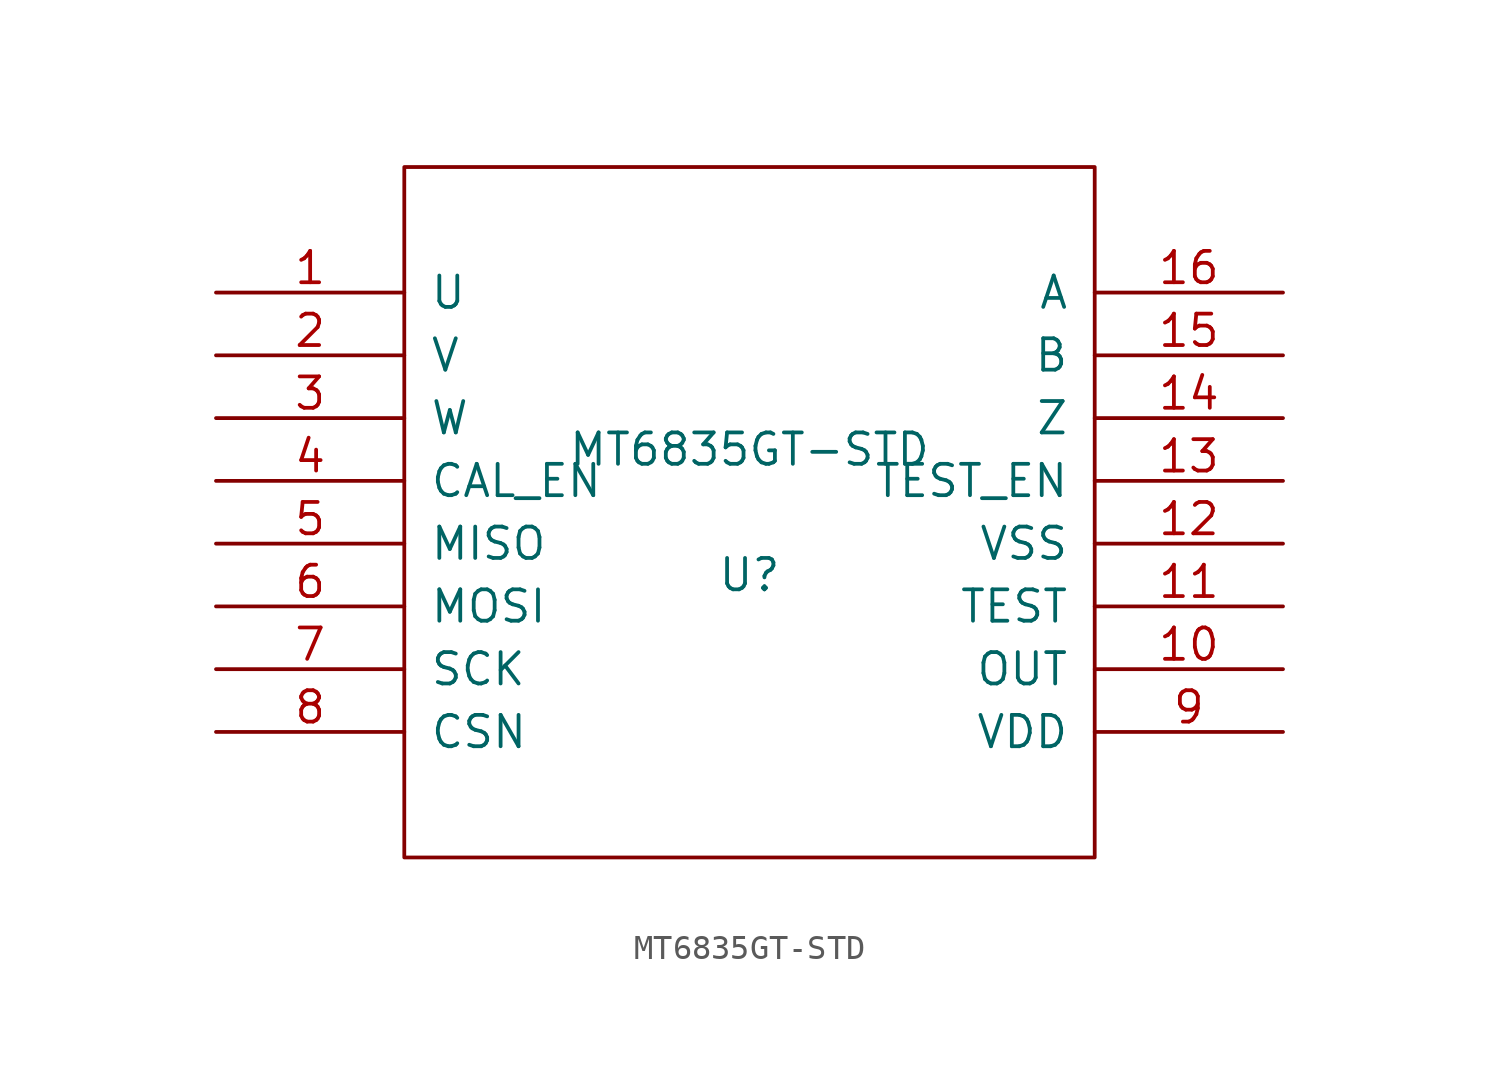
<source format=kicad_sym>
(kicad_symbol_lib
  (version 20220914)
  (generator kicad_symbol_editor)
  (symbol "MT6835GT-STD"
    (pin_names
      (offset 1.016))
    (property "Reference" "U"
      (at 0 -2.54 0)
      (effects (font (size 1.27 1.27))))
    (property "Value" "MT6835GT-STD"
      (at 0 2.54 0)
      (effects (font (size 1.27 1.27))))
    (symbol "MT6835GT-STD_1_0"
      (rectangle (start -13.97 -13.97) (end 13.97 13.97) (stroke (width 0) (type solid)) (fill (type none))))
    (symbol "MT6835GT-STD_1_1"
      (pin output line (at -21.59 8.89 0) (length 7.62) (name "U" (effects (font (size 1.27 1.27)))) (number "1" (effects (font (size 1.27 1.27)))))
      (pin output line (at 21.59 -6.35 180) (length 7.62) (name "OUT" (effects (font (size 1.27 1.27)))) (number "10" (effects (font (size 1.27 1.27)))))
      (pin output line (at 21.59 -3.81 180) (length 7.62) (name "TEST" (effects (font (size 1.27 1.27)))) (number "11" (effects (font (size 1.27 1.27)))))
      (pin power_in line (at 21.59 -1.27 180) (length 7.62) (name "VSS" (effects (font (size 1.27 1.27)))) (number "12" (effects (font (size 1.27 1.27)))))
      (pin input line (at 21.59 1.27 180) (length 7.62) (name "TEST_EN" (effects (font (size 1.27 1.27)))) (number "13" (effects (font (size 1.27 1.27)))))
      (pin output line (at 21.59 3.81 180) (length 7.62) (name "Z" (effects (font (size 1.27 1.27)))) (number "14" (effects (font (size 1.27 1.27)))))
      (pin output line (at 21.59 6.35 180) (length 7.62) (name "B" (effects (font (size 1.27 1.27)))) (number "15" (effects (font (size 1.27 1.27)))))
      (pin output line (at 21.59 8.89 180) (length 7.62) (name "A" (effects (font (size 1.27 1.27)))) (number "16" (effects (font (size 1.27 1.27)))))
      (pin output line (at -21.59 6.35 0) (length 7.62) (name "V" (effects (font (size 1.27 1.27)))) (number "2" (effects (font (size 1.27 1.27)))))
      (pin output line (at -21.59 3.81 0) (length 7.62) (name "W" (effects (font (size 1.27 1.27)))) (number "3" (effects (font (size 1.27 1.27)))))
      (pin input line (at -21.59 1.27 0) (length 7.62) (name "CAL_EN" (effects (font (size 1.27 1.27)))) (number "4" (effects (font (size 1.27 1.27)))))
      (pin output line (at -21.59 -1.27 0) (length 7.62) (name "MISO" (effects (font (size 1.27 1.27)))) (number "5" (effects (font (size 1.27 1.27)))))
      (pin input line (at -21.59 -3.81 0) (length 7.62) (name "MOSI" (effects (font (size 1.27 1.27)))) (number "6" (effects (font (size 1.27 1.27)))))
      (pin input line (at -21.59 -6.35 0) (length 7.62) (name "SCK" (effects (font (size 1.27 1.27)))) (number "7" (effects (font (size 1.27 1.27)))))
      (pin input line (at -21.59 -8.89 0) (length 7.62) (name "CSN" (effects (font (size 1.27 1.27)))) (number "8" (effects (font (size 1.27 1.27)))))
      (pin power_in line (at 21.59 -8.89 180) (length 7.62) (name "VDD" (effects (font (size 1.27 1.27)))) (number "9" (effects (font (size 1.27 1.27))))))))
</source>
